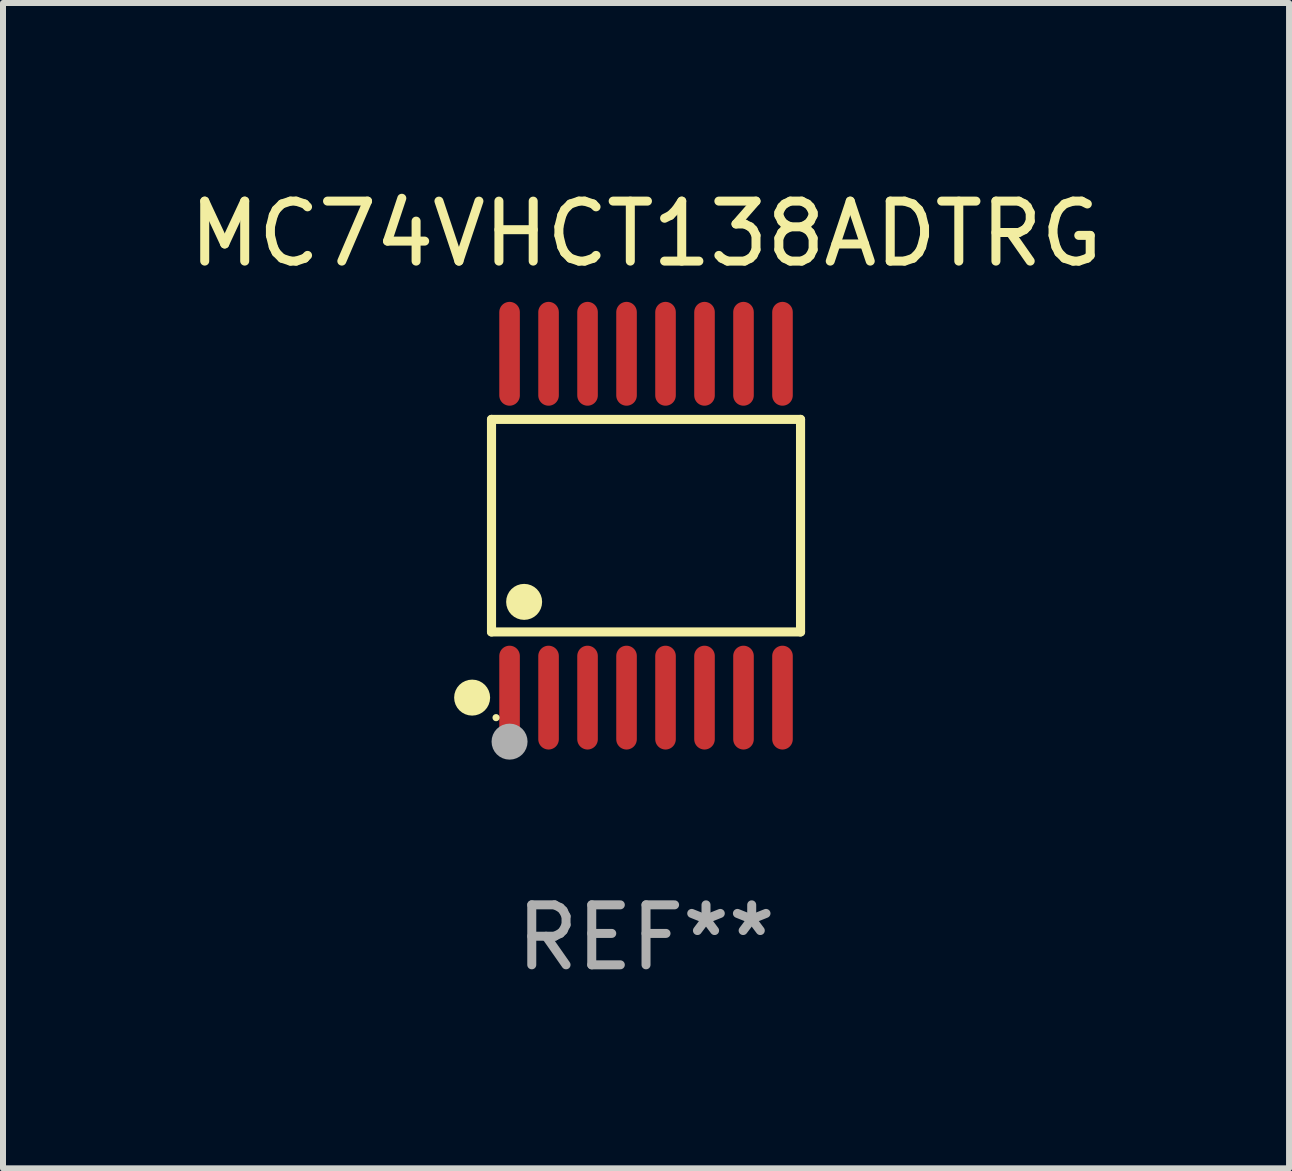
<source format=kicad_pcb>
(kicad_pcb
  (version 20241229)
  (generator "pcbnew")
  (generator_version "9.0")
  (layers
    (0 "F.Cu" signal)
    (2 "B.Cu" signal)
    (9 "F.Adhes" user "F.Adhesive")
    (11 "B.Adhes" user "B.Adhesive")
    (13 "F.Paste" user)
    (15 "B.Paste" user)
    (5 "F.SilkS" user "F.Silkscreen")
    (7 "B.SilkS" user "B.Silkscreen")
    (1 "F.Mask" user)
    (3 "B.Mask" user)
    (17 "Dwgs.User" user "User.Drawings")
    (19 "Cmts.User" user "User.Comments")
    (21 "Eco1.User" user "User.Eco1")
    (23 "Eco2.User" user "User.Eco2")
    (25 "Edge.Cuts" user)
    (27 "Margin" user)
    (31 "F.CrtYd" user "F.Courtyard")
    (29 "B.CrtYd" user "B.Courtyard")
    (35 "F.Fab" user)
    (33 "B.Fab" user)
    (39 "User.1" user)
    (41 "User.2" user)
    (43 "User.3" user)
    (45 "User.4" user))
  (footprint "MC74VHCT138ADTRG"
    (layer "F.Cu")
    (at 7.72 5.714)
    (property "Reference" "MC74VHCT138ADTRG" (at 0 -4.866 0) (layer "F.SilkS") (effects (font (size 1 1) (thickness 0.15))))
    (attr through_hole)
    (fp_line (start -2.576 -1.772) (end 2.576 -1.772) (stroke (width 0.152) (type solid)) (layer "F.SilkS"))
    (fp_line (start -2.576 1.771) (end -2.576 -1.772) (stroke (width 0.152) (type solid)) (layer "F.SilkS"))
    (fp_line (start 2.576 -1.772) (end 2.576 1.771) (stroke (width 0.152) (type solid)) (layer "F.SilkS"))
    (fp_line (start 2.576 1.771) (end -2.576 1.771) (stroke (width 0.152) (type solid)) (layer "F.SilkS"))
    (fp_circle (center -2.899 2.866) (end -2.749 2.866) (stroke (width 0.3) (type solid)) (fill no) (layer "F.SilkS"))
    (fp_circle (center -2.5 3.2) (end -2.47 3.2) (stroke (width 0.06) (type solid)) (fill no) (layer "F.SilkS"))
    (fp_circle (center -2.032 1.27) (end -1.882 1.27) (stroke (width 0.3) (type solid)) (fill no) (layer "F.SilkS"))
    (fp_circle (center -2.275 3.6) (end -2.125 3.6) (stroke (width 0.3) (type solid)) (fill no) (layer "F.Fab"))
    (fp_text user "REF**" (at 0 6.866 0) (layer "F.Fab") (effects (font (size 1 1) (thickness 0.15))))
    (pad "1" smd oval (at -2.275 2.866) (size 0.343 1.731) (layers "F.Cu" "F.Mask" "F.Paste"))
    (pad "2" smd oval (at -1.625 2.866) (size 0.343 1.731) (layers "F.Cu" "F.Mask" "F.Paste"))
    (pad "3" smd oval (at -0.975 2.866) (size 0.343 1.731) (layers "F.Cu" "F.Mask" "F.Paste"))
    (pad "4" smd oval (at -0.325 2.866) (size 0.343 1.731) (layers "F.Cu" "F.Mask" "F.Paste"))
    (pad "5" smd oval (at 0.325 2.866) (size 0.343 1.731) (layers "F.Cu" "F.Mask" "F.Paste"))
    (pad "6" smd oval (at 0.975 2.866) (size 0.343 1.731) (layers "F.Cu" "F.Mask" "F.Paste"))
    (pad "7" smd oval (at 1.625 2.866) (size 0.343 1.731) (layers "F.Cu" "F.Mask" "F.Paste"))
    (pad "8" smd oval (at 2.275 2.866) (size 0.343 1.731) (layers "F.Cu" "F.Mask" "F.Paste"))
    (pad "9" smd oval (at 2.275 -2.866) (size 0.343 1.731) (layers "F.Cu" "F.Mask" "F.Paste"))
    (pad "10" smd oval (at 1.625 -2.866) (size 0.343 1.731) (layers "F.Cu" "F.Mask" "F.Paste"))
    (pad "11" smd oval (at 0.975 -2.866) (size 0.343 1.731) (layers "F.Cu" "F.Mask" "F.Paste"))
    (pad "12" smd oval (at 0.325 -2.866) (size 0.343 1.731) (layers "F.Cu" "F.Mask" "F.Paste"))
    (pad "13" smd oval (at -0.325 -2.866) (size 0.343 1.731) (layers "F.Cu" "F.Mask" "F.Paste"))
    (pad "14" smd oval (at -0.975 -2.866) (size 0.343 1.731) (layers "F.Cu" "F.Mask" "F.Paste"))
    (pad "15" smd oval (at -1.625 -2.866) (size 0.343 1.731) (layers "F.Cu" "F.Mask" "F.Paste"))
    (pad "16" smd oval (at -2.275 -2.866) (size 0.343 1.731) (layers "F.Cu" "F.Mask" "F.Paste")))
  (gr_rect
    (start -3 -3)
    (end 18.44 16.428)
    (stroke (width 0.1) (type default))
    (fill no)
    (layer "Edge.Cuts")))
</source>
